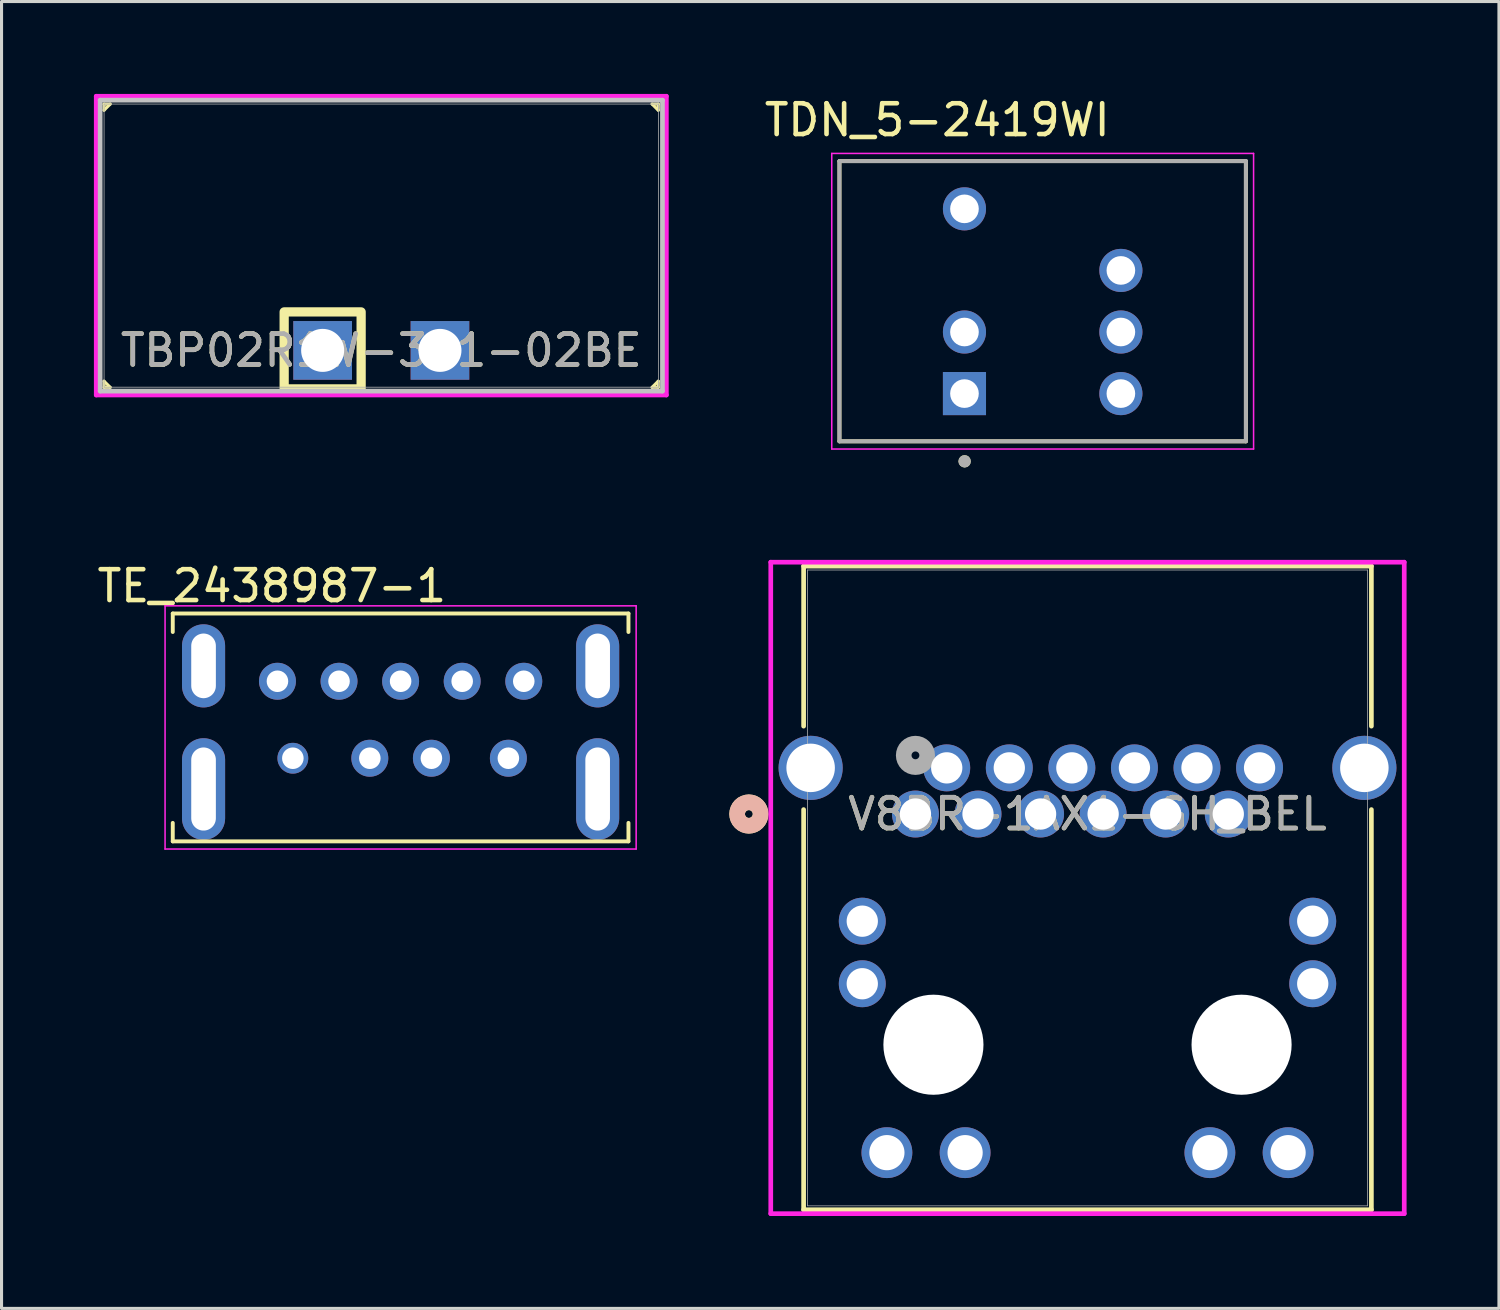
<source format=kicad_pcb>
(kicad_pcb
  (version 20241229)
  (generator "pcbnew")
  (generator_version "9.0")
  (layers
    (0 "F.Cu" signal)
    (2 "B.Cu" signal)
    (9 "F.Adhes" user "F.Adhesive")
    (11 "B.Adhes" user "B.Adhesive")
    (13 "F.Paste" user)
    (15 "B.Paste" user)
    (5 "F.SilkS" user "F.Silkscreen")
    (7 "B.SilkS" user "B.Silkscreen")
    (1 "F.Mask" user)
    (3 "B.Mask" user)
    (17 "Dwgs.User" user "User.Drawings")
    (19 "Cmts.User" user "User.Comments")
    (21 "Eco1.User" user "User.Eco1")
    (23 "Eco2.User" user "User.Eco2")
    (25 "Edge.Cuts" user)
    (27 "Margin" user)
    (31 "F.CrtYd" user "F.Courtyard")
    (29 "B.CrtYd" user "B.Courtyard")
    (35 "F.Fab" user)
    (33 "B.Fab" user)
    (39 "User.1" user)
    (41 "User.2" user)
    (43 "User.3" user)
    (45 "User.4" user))
  (footprint "V8BR-1AX1-GH_BEL"
    (layer "F.Cu")
    (at 26.682 23.388)
    (property "Reference" "V8BR-1AX1-GH_BEL" (at 5.588 0 0) (unlocked yes) (layer "F.SilkS") (effects (font (size 1 1) (thickness 0.15))))
    (attr through_hole)
    (fp_line (start -3.632 -8.052) (end -3.632 -2.854) (stroke (width 0.152) (type solid)) (layer "F.SilkS"))
    (fp_line (start -3.632 -0.144) (end -3.632 12.852) (stroke (width 0.152) (type solid)) (layer "F.SilkS"))
    (fp_line (start -3.632 12.852) (end 14.808 12.852) (stroke (width 0.152) (type solid)) (layer "F.SilkS"))
    (fp_line (start 14.808 -8.052) (end -3.632 -8.052) (stroke (width 0.152) (type solid)) (layer "F.SilkS"))
    (fp_line (start 14.808 -2.854) (end 14.808 -8.052) (stroke (width 0.152) (type solid)) (layer "F.SilkS"))
    (fp_line (start 14.808 12.852) (end 14.808 -0.144) (stroke (width 0.152) (type solid)) (layer "F.SilkS"))
    (fp_circle (center -5.41 0) (end -5.029 0) (stroke (width 0.508) (type solid)) (fill no) (layer "F.SilkS"))
    (fp_circle (center -5.41 0) (end -5.029 0) (stroke (width 0.508) (type solid)) (fill no) (layer "B.SilkS"))
    (fp_line (start -4.699 -8.179) (end -4.699 12.979) (stroke (width 0.152) (type solid)) (layer "F.CrtYd"))
    (fp_line (start -4.699 12.979) (end 15.875 12.979) (stroke (width 0.152) (type solid)) (layer "F.CrtYd"))
    (fp_line (start 15.875 -8.179) (end -4.699 -8.179) (stroke (width 0.152) (type solid)) (layer "F.CrtYd"))
    (fp_line (start 15.875 12.979) (end 15.875 -8.179) (stroke (width 0.152) (type solid)) (layer "F.CrtYd"))
    (fp_line (start -3.505 -7.925) (end -3.505 12.725) (stroke (width 0.025) (type solid)) (layer "F.Fab"))
    (fp_line (start -3.505 12.725) (end 14.681 12.725) (stroke (width 0.025) (type solid)) (layer "F.Fab"))
    (fp_line (start 14.681 -7.925) (end -3.505 -7.925) (stroke (width 0.025) (type solid)) (layer "F.Fab"))
    (fp_line (start 14.681 12.725) (end 14.681 -7.925) (stroke (width 0.025) (type solid)) (layer "F.Fab"))
    (fp_circle (center 0 -1.905) (end 0.381 -1.905) (stroke (width 0.508) (type solid)) (fill no) (layer "F.Fab"))
    (fp_text user "${REFERENCE}" (at 5.588 0 0) (unlocked yes) (layer "F.Fab") (effects (font (size 1 1) (thickness 0.15))))
    (pad "" np_thru_hole circle (at 0.584 7.493) (size 3.251 3.251) (drill 3.251) (layers "*.Cu" "*.Mask"))
    (pad "" np_thru_hole circle (at 10.592 7.493) (size 3.251 3.251) (drill 3.251) (layers "*.Cu" "*.Mask"))
    (pad "1" thru_hole circle (at 0 0) (size 1.524 1.524) (drill 1.016) (layers "*.Cu" "*.Mask"))
    (pad "2" thru_hole circle (at 1.016 -1.499) (size 1.524 1.524) (drill 1.016) (layers "*.Cu" "*.Mask"))
    (pad "3" thru_hole circle (at 2.032 0) (size 1.524 1.524) (drill 1.016) (layers "*.Cu" "*.Mask"))
    (pad "4" thru_hole circle (at 3.048 -1.499) (size 1.524 1.524) (drill 1.016) (layers "*.Cu" "*.Mask"))
    (pad "5" thru_hole circle (at 4.064 0) (size 1.524 1.524) (drill 1.016) (layers "*.Cu" "*.Mask"))
    (pad "6" thru_hole circle (at 5.08 -1.499) (size 1.524 1.524) (drill 1.016) (layers "*.Cu" "*.Mask"))
    (pad "7" thru_hole circle (at 6.096 0) (size 1.524 1.524) (drill 1.016) (layers "*.Cu" "*.Mask"))
    (pad "8" thru_hole circle (at 7.112 -1.499) (size 1.524 1.524) (drill 1.016) (layers "*.Cu" "*.Mask"))
    (pad "9" thru_hole circle (at 8.128 0) (size 1.524 1.524) (drill 1.016) (layers "*.Cu" "*.Mask"))
    (pad "10" thru_hole circle (at 9.144 -1.499) (size 1.524 1.524) (drill 1.016) (layers "*.Cu" "*.Mask"))
    (pad "11" thru_hole circle (at 10.16 0) (size 1.524 1.524) (drill 1.016) (layers "*.Cu" "*.Mask"))
    (pad "12" thru_hole circle (at 11.176 -1.499) (size 1.524 1.524) (drill 1.016) (layers "*.Cu" "*.Mask"))
    (pad "13" thru_hole circle (at -1.727 5.512) (size 1.524 1.524) (drill 1.016) (layers "*.Cu" "*.Mask"))
    (pad "14" thru_hole circle (at -1.727 3.48) (size 1.524 1.524) (drill 1.016) (layers "*.Cu" "*.Mask"))
    (pad "15" thru_hole circle (at 12.903 5.512) (size 1.524 1.524) (drill 1.016) (layers "*.Cu" "*.Mask"))
    (pad "16" thru_hole circle (at 12.903 3.48) (size 1.524 1.524) (drill 1.016) (layers "*.Cu" "*.Mask"))
    (pad "17" thru_hole circle (at -0.927 10.998) (size 1.651 1.651) (drill 1.143) (layers "*.Cu" "*.Mask"))
    (pad "18" thru_hole circle (at 1.613 10.998) (size 1.651 1.651) (drill 1.143) (layers "*.Cu" "*.Mask"))
    (pad "19" thru_hole circle (at 9.563 10.998) (size 1.651 1.651) (drill 1.143) (layers "*.Cu" "*.Mask"))
    (pad "20" thru_hole circle (at 12.103 10.998) (size 1.651 1.651) (drill 1.143) (layers "*.Cu" "*.Mask"))
    (pad "21" thru_hole circle (at -3.404 -1.499) (size 2.083 2.083) (drill 1.575) (layers "*.Cu" "*.Mask"))
    (pad "22" thru_hole circle (at 14.58 -1.499) (size 2.083 2.083) (drill 1.575) (layers "*.Cu" "*.Mask")))
  (footprint "TBP02R1W-381-02BE"
    (layer "F.Cu")
    (at 7.429 8.33)
    (property "Reference" "TBP02R1W-381-02BE" (at 1.905 0 0) (unlocked yes) (layer "F.SilkS") (effects (font (size 1 1) (thickness 0.15))))
    (attr through_hole)
    (fp_line (start -7.1 -8) (end -6.9 -8) (stroke (width 0.1) (type default)) (layer "F.SilkS"))
    (fp_line (start -7.1 -7.8) (end -7.1 -8) (stroke (width 0.1) (type default)) (layer "F.SilkS"))
    (fp_line (start -7.1 1) (end -6.9 1.2) (stroke (width 0.1) (type default)) (layer "F.SilkS"))
    (fp_line (start -7.1 1.2) (end -7.1 1) (stroke (width 0.1) (type default)) (layer "F.SilkS"))
    (fp_line (start -6.9 -8) (end -7.1 -7.8) (stroke (width 0.1) (type default)) (layer "F.SilkS"))
    (fp_line (start -6.9 1.2) (end -7.1 1.2) (stroke (width 0.1) (type default)) (layer "F.SilkS"))
    (fp_line (start 10.7 -8) (end 10.9 -7.8) (stroke (width 0.1) (type default)) (layer "F.SilkS"))
    (fp_line (start 10.7 1.2) (end 10.9 1.2) (stroke (width 0.1) (type default)) (layer "F.SilkS"))
    (fp_line (start 10.9 -8) (end 10.7 -8) (stroke (width 0.1) (type default)) (layer "F.SilkS"))
    (fp_line (start 10.9 -7.8) (end 10.9 -8) (stroke (width 0.1) (type default)) (layer "F.SilkS"))
    (fp_line (start 10.9 1) (end 10.7 1.2) (stroke (width 0.1) (type default)) (layer "F.SilkS"))
    (fp_line (start 10.9 1.2) (end 10.9 1) (stroke (width 0.1) (type default)) (layer "F.SilkS"))
    (fp_rect (start -1.25 -1.25) (end 1.25 1.25) (stroke (width 0.3) (type default)) (fill no) (layer "F.SilkS"))
    (fp_line (start -7.226 -8.127) (end -7.226 1.322) (stroke (width 0.152) (type solid)) (layer "Dwgs.User"))
    (fp_line (start -7.226 1.322) (end 11.036 1.322) (stroke (width 0.152) (type solid)) (layer "Dwgs.User"))
    (fp_line (start 11.036 -8.127) (end -7.226 -8.127) (stroke (width 0.152) (type solid)) (layer "Dwgs.User"))
    (fp_line (start 11.036 1.322) (end 11.036 -8.127) (stroke (width 0.152) (type solid)) (layer "Dwgs.User"))
    (fp_line (start -7.353 -8.254) (end -7.353 1.449) (stroke (width 0.152) (type solid)) (layer "F.CrtYd"))
    (fp_line (start -7.353 1.449) (end 11.163 1.449) (stroke (width 0.152) (type solid)) (layer "F.CrtYd"))
    (fp_line (start 11.163 -8.254) (end -7.353 -8.254) (stroke (width 0.152) (type solid)) (layer "F.CrtYd"))
    (fp_line (start 11.163 1.449) (end 11.163 -8.254) (stroke (width 0.152) (type solid)) (layer "F.CrtYd"))
    (fp_line (start -7.099 -8) (end -7.099 1.195) (stroke (width 0.025) (type solid)) (layer "F.Fab"))
    (fp_line (start -7.099 1.195) (end 10.909 1.195) (stroke (width 0.025) (type solid)) (layer "F.Fab"))
    (fp_line (start 10.909 -8) (end -7.099 -8) (stroke (width 0.025) (type solid)) (layer "F.Fab"))
    (fp_line (start 10.909 1.195) (end 10.909 -8) (stroke (width 0.025) (type solid)) (layer "F.Fab"))
    (fp_text user "${REFERENCE}" (at 1.905 0 0) (unlocked yes) (layer "F.Fab") (effects (font (size 1 1) (thickness 0.15))))
    (pad "1" thru_hole rect (at 0 0) (size 1.905 1.905) (drill 1.397) (layers "*.Cu" "*.Mask"))
    (pad "2" thru_hole rect (at 3.81 0) (size 1.905 1.905) (drill 1.397) (layers "*.Cu" "*.Mask")))
  (footprint "TE_2438987-1"
    (layer "F.Cu")
    (at 9.961 20.576)
    (property "Reference" "TE_2438987-1" (at -4.183 -4.594 180) (layer "F.SilkS") (effects (font (size 1.002 1.002) (thickness 0.15))))
    (attr through_hole)
    (fp_line (start -7.4 -3.7) (end 7.4 -3.7) (stroke (width 0.127) (type solid)) (layer "F.SilkS"))
    (fp_line (start -7.4 -3.1) (end -7.4 -3.7) (stroke (width 0.127) (type solid)) (layer "F.SilkS"))
    (fp_line (start -7.4 3.7) (end -7.4 3.1) (stroke (width 0.127) (type solid)) (layer "F.SilkS"))
    (fp_line (start 7.4 -3.7) (end 7.4 -3.1) (stroke (width 0.127) (type solid)) (layer "F.SilkS"))
    (fp_line (start 7.4 3.1) (end 7.4 3.7) (stroke (width 0.127) (type solid)) (layer "F.SilkS"))
    (fp_line (start 7.4 3.7) (end -7.4 3.7) (stroke (width 0.127) (type solid)) (layer "F.SilkS"))
    (fp_line (start -7.65 -3.95) (end 7.65 -3.95) (stroke (width 0.05) (type solid)) (layer "F.CrtYd"))
    (fp_line (start -7.65 3.95) (end -7.65 -3.95) (stroke (width 0.05) (type solid)) (layer "F.CrtYd"))
    (fp_line (start 7.65 -3.95) (end 7.65 3.95) (stroke (width 0.05) (type solid)) (layer "F.CrtYd"))
    (fp_line (start 7.65 3.95) (end -7.65 3.95) (stroke (width 0.05) (type solid)) (layer "F.CrtYd"))
    (pad "1" thru_hole circle (at -3.5 1 180) (size 1 1) (drill 0.7) (layers "*.Cu" "*.Mask"))
    (pad "2" thru_hole circle (at -1 1 180) (size 1.2 1.2) (drill 0.7) (layers "*.Cu" "*.Mask"))
    (pad "3" thru_hole circle (at 1 1 180) (size 1.2 1.2) (drill 0.7) (layers "*.Cu" "*.Mask"))
    (pad "4" thru_hole circle (at 3.5 1 180) (size 1.2 1.2) (drill 0.7) (layers "*.Cu" "*.Mask"))
    (pad "5" thru_hole circle (at 4 -1.5 180) (size 1.2 1.2) (drill 0.7) (layers "*.Cu" "*.Mask"))
    (pad "6" thru_hole circle (at 2 -1.5 180) (size 1.2 1.2) (drill 0.7) (layers "*.Cu" "*.Mask"))
    (pad "7" thru_hole circle (at 0 -1.5 180) (size 1.2 1.2) (drill 0.7) (layers "*.Cu" "*.Mask"))
    (pad "8" thru_hole circle (at -2 -1.5 180) (size 1.2 1.2) (drill 0.7) (layers "*.Cu" "*.Mask"))
    (pad "9" thru_hole circle (at -4 -1.5 180) (size 1.2 1.2) (drill 0.7) (layers "*.Cu" "*.Mask"))
    (pad "10" thru_hole oval (at -6.4 -2 180) (size 1.4 2.7) (drill oval 0.8 2.1) (layers "*.Cu" "*.Mask"))
    (pad "10" thru_hole oval (at -6.4 2 180) (size 1.4 3.3) (drill oval 0.8 2.7) (layers "*.Cu" "*.Mask"))
    (pad "10" thru_hole oval (at 6.4 -2 180) (size 1.4 2.7) (drill oval 0.8 2.1) (layers "*.Cu" "*.Mask"))
    (pad "10" thru_hole oval (at 6.4 2 180) (size 1.4 3.3) (drill oval 0.8 2.7) (layers "*.Cu" "*.Mask"))
    (zone (net_name "") (layers "F.Cu" "B.Cu") (hatch edge 0.5) (connect_pads) (min_thickness 0.25) (filled_areas_thickness no) (keepout (tracks not_allowed) (vias not_allowed) (pads not_allowed) (copperpour allowed) (footprints allowed)) (placement (enabled no)) (fill) (polygon (pts (xy 4.461 18.026) (xy 5.161 18.026) (xy 5.161 19.546) (xy 4.461 19.546))))
    (zone (net_name "") (layers "F.Cu" "B.Cu") (hatch edge 0.5) (connect_pads) (min_thickness 0.25) (filled_areas_thickness no) (keepout (tracks not_allowed) (vias not_allowed) (pads not_allowed) (copperpour allowed) (footprints allowed)) (placement (enabled no)) (fill) (polygon (pts (xy 4.461 21.976) (xy 5.161 21.976) (xy 5.161 23.176) (xy 4.461 23.176))))
    (zone (net_name "") (layers "F.Cu" "B.Cu") (hatch edge 0.5) (connect_pads) (min_thickness 0.25) (filled_areas_thickness no) (keepout (tracks not_allowed) (vias not_allowed) (pads not_allowed) (copperpour allowed) (footprints allowed)) (placement (enabled no)) (fill) (polygon (pts (xy 14.761 21.976) (xy 15.461 21.976) (xy 15.461 23.176) (xy 14.761 23.176))))
    (zone (net_name "") (layers "F.Cu" "B.Cu") (hatch edge 0.5) (connect_pads) (min_thickness 0.25) (filled_areas_thickness no) (keepout (tracks not_allowed) (vias not_allowed) (pads not_allowed) (copperpour allowed) (footprints allowed)) (placement (enabled no)) (fill) (polygon (pts (xy 14.771 18.036) (xy 15.471 18.036) (xy 15.471 19.556) (xy 14.771 19.556)))))
  (footprint "TDN_5-2419WI"
    (layer "F.Cu")
    (at 30.814 6.733)
    (property "Reference" "TDN_5-2419WI" (at -3.425 -5.885 0) (layer "F.SilkS") (effects (font (size 1 1) (thickness 0.15))))
    (attr through_hole)
    (fp_line (start -6.6 -4.55) (end -6.6 4.55) (stroke (width 0.127) (type solid)) (layer "F.SilkS"))
    (fp_line (start -6.6 4.55) (end 6.6 4.55) (stroke (width 0.127) (type solid)) (layer "F.SilkS"))
    (fp_line (start 6.6 -4.55) (end -6.6 -4.55) (stroke (width 0.127) (type solid)) (layer "F.SilkS"))
    (fp_line (start 6.6 4.55) (end 6.6 -4.55) (stroke (width 0.127) (type solid)) (layer "F.SilkS"))
    (fp_circle (center -2.535 5.2) (end -2.435 5.2) (stroke (width 0.2) (type solid)) (fill no) (layer "F.SilkS"))
    (fp_line (start -6.85 -4.8) (end 6.85 -4.8) (stroke (width 0.05) (type solid)) (layer "F.CrtYd"))
    (fp_line (start -6.85 4.8) (end -6.85 -4.8) (stroke (width 0.05) (type solid)) (layer "F.CrtYd"))
    (fp_line (start -6.85 4.8) (end 6.85 4.8) (stroke (width 0.05) (type solid)) (layer "F.CrtYd"))
    (fp_line (start 6.85 4.8) (end 6.85 -4.8) (stroke (width 0.05) (type solid)) (layer "F.CrtYd"))
    (fp_line (start -6.6 4.55) (end -6.6 -4.55) (stroke (width 0.127) (type solid)) (layer "F.Fab"))
    (fp_line (start 6.6 -4.55) (end -6.6 -4.55) (stroke (width 0.127) (type solid)) (layer "F.Fab"))
    (fp_line (start 6.6 4.55) (end -6.6 4.55) (stroke (width 0.127) (type solid)) (layer "F.Fab"))
    (fp_line (start 6.6 4.55) (end 6.6 -4.55) (stroke (width 0.127) (type solid)) (layer "F.Fab"))
    (fp_circle (center -2.535 5.2) (end -2.435 5.2) (stroke (width 0.2) (type solid)) (fill no) (layer "F.Fab"))
    (pad "1" thru_hole rect (at -2.54 3) (size 1.4 1.4) (drill 0.93) (layers "*.Cu" "*.Mask"))
    (pad "2" thru_hole circle (at -2.54 1) (size 1.4 1.4) (drill 0.93) (layers "*.Cu" "*.Mask"))
    (pad "4" thru_hole circle (at -2.54 -3) (size 1.4 1.4) (drill 0.93) (layers "*.Cu" "*.Mask"))
    (pad "5" thru_hole circle (at 2.54 3) (size 1.4 1.4) (drill 0.93) (layers "*.Cu" "*.Mask"))
    (pad "6" thru_hole circle (at 2.54 1) (size 1.4 1.4) (drill 0.93) (layers "*.Cu" "*.Mask"))
    (pad "7" thru_hole circle (at 2.54 -1) (size 1.4 1.4) (drill 0.93) (layers "*.Cu" "*.Mask")))
  (gr_rect
    (start -3 -3)
    (end 45.633 39.444)
    (stroke (width 0.1) (type default))
    (fill no)
    (layer "Edge.Cuts")))
</source>
